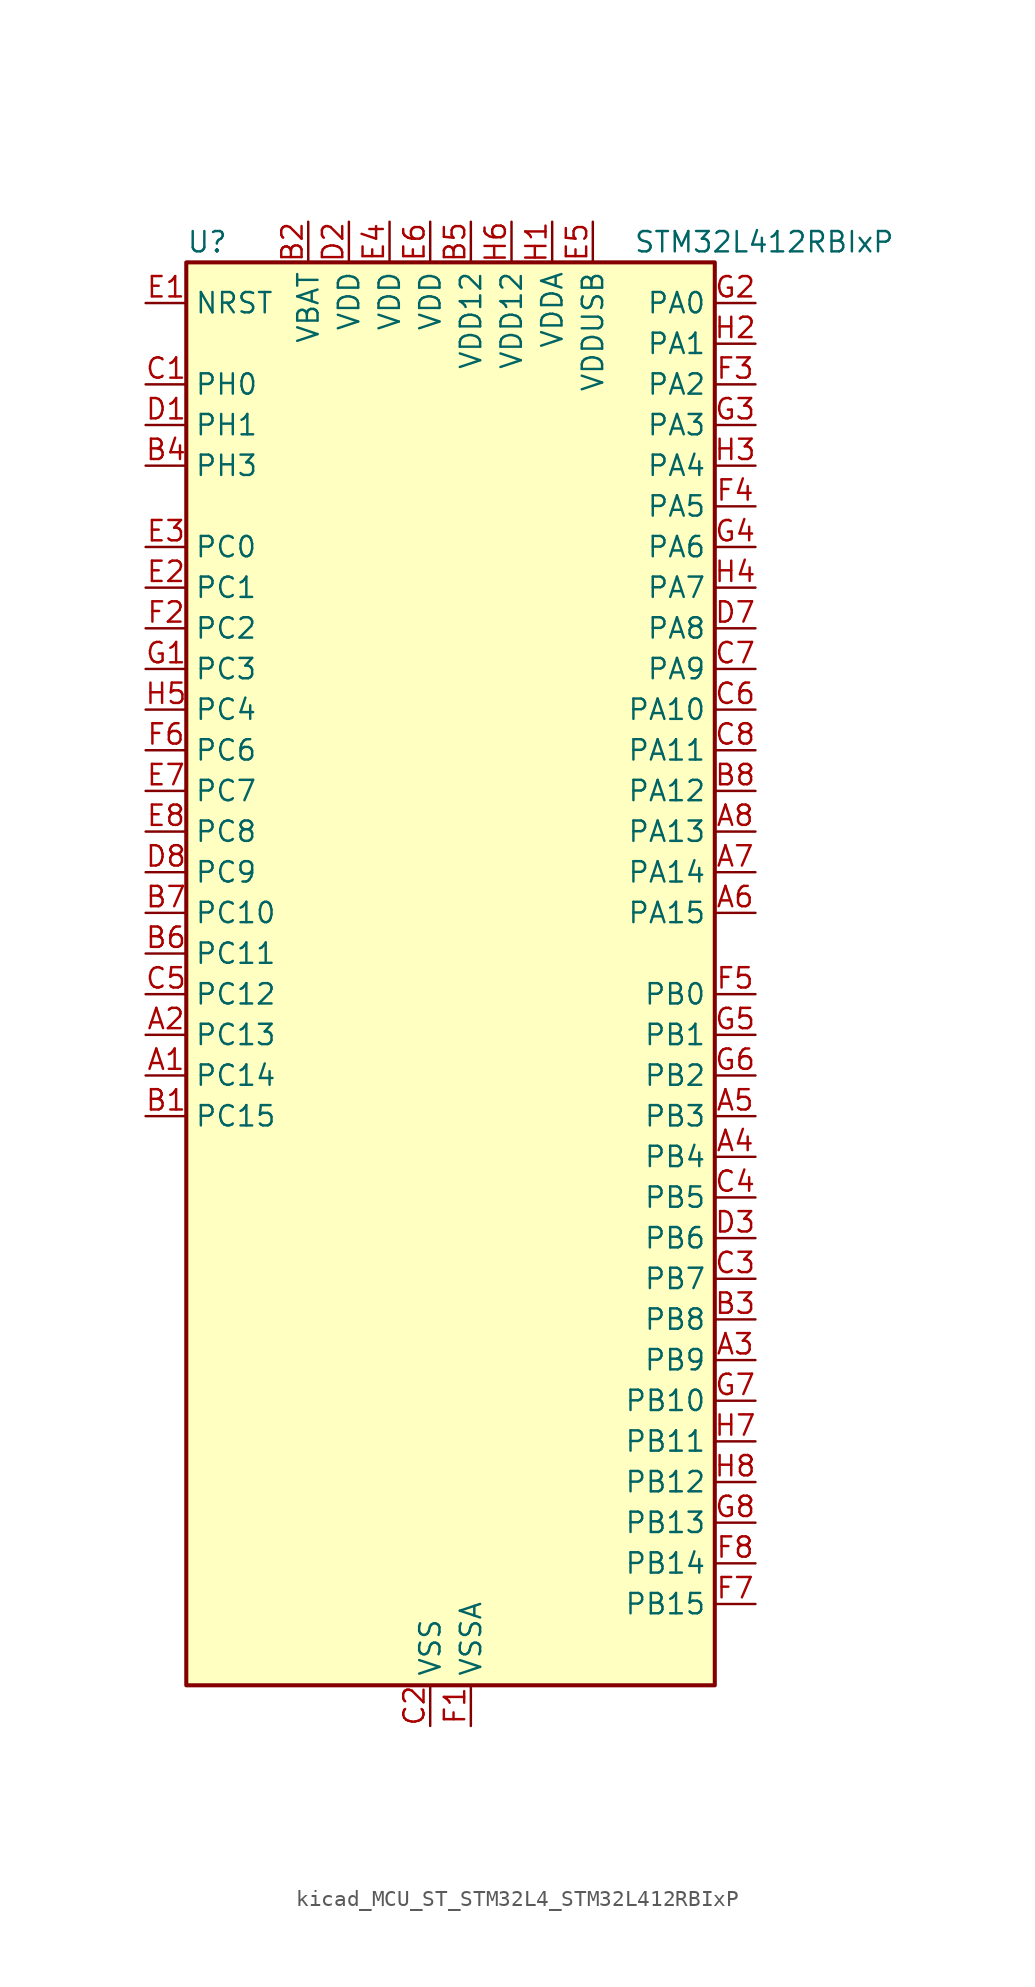
<source format=kicad_sym>
(kicad_symbol_lib
  (version 20220914)
  (generator kicad_symbol_editor)
  (symbol "kicad_MCU_ST_STM32L4_STM32L412RBIxP"
    (property "Reference" "U"
      (at -15.24 46.99 0)
      (effects (font (size 1.27 1.27)) (justify left)))
    (property "Value" "STM32L412RBIxP"
      (at 12.7 46.99 0)
      (effects (font (size 1.27 1.27)) (justify left)))
    (property "ki_locked" ""
      (at 0 0 0)
      (effects (font (size 1.27 1.27))))
    (symbol "kicad_MCU_ST_STM32L4_STM32L412RBIxP_0_1"
      (rectangle (start -15.24 -43.18) (end 17.78 45.72) (stroke (width 0.254) (type default)) (fill (type background))))
    (symbol "kicad_MCU_ST_STM32L4_STM32L412RBIxP_1_1"
      (pin bidirectional line (at -17.78 -5.08 0) (length 2.54) (name "PC14" (effects (font (size 1.27 1.27)))) (number "A1" (effects (font (size 1.27 1.27)))) (alternate "RCC_OSC32_IN" bidirectional line))
      (pin bidirectional line (at -17.78 -2.54 0) (length 2.54) (name "PC13" (effects (font (size 1.27 1.27)))) (number "A2" (effects (font (size 1.27 1.27)))) (alternate "RTC_OUT_ALARM" bidirectional line) (alternate "RTC_OUT_CALIB" bidirectional line) (alternate "RTC_TAMP1" bidirectional line) (alternate "RTC_TS" bidirectional line) (alternate "SYS_WKUP2" bidirectional line))
      (pin bidirectional line (at 20.32 -22.86 180) (length 2.54) (name "PB9" (effects (font (size 1.27 1.27)))) (number "A3" (effects (font (size 1.27 1.27)))) (alternate "I2C1_SDA" bidirectional line) (alternate "IR_OUT" bidirectional line) (alternate "SPI2_NSS" bidirectional line))
      (pin bidirectional line (at 20.32 -10.16 180) (length 2.54) (name "PB4" (effects (font (size 1.27 1.27)))) (number "A4" (effects (font (size 1.27 1.27)))) (alternate "I2C3_SDA" bidirectional line) (alternate "SPI1_MISO" bidirectional line) (alternate "SYS_JTRST" bidirectional line) (alternate "TSC_G2_IO1" bidirectional line) (alternate "USART1_CTS" bidirectional line))
      (pin bidirectional line (at 20.32 -7.62 180) (length 2.54) (name "PB3" (effects (font (size 1.27 1.27)))) (number "A5" (effects (font (size 1.27 1.27)))) (alternate "SPI1_SCK" bidirectional line) (alternate "SYS_JTDO-SWO" bidirectional line) (alternate "TIM2_CH2" bidirectional line) (alternate "USART1_DE" bidirectional line) (alternate "USART1_RTS" bidirectional line))
      (pin bidirectional line (at 20.32 5.08 180) (length 2.54) (name "PA15" (effects (font (size 1.27 1.27)))) (number "A6" (effects (font (size 1.27 1.27)))) (alternate "ADC1_EXTI15" bidirectional line) (alternate "ADC2_EXTI15" bidirectional line) (alternate "SPI1_NSS" bidirectional line) (alternate "SYS_JTDI" bidirectional line) (alternate "TIM2_CH1" bidirectional line) (alternate "TIM2_ETR" bidirectional line) (alternate "TSC_G3_IO1" bidirectional line) (alternate "USART2_RX" bidirectional line) (alternate "USART3_DE" bidirectional line) (alternate "USART3_RTS" bidirectional line))
      (pin bidirectional line (at 20.32 7.62 180) (length 2.54) (name "PA14" (effects (font (size 1.27 1.27)))) (number "A7" (effects (font (size 1.27 1.27)))) (alternate "I2C1_SMBA" bidirectional line) (alternate "LPTIM1_OUT" bidirectional line) (alternate "SYS_JTCK-SWCLK" bidirectional line))
      (pin bidirectional line (at 20.32 10.16 180) (length 2.54) (name "PA13" (effects (font (size 1.27 1.27)))) (number "A8" (effects (font (size 1.27 1.27)))) (alternate "IR_OUT" bidirectional line) (alternate "SYS_JTMS-SWDIO" bidirectional line) (alternate "USB_NOE" bidirectional line))
      (pin bidirectional line (at -17.78 -7.62 0) (length 2.54) (name "PC15" (effects (font (size 1.27 1.27)))) (number "B1" (effects (font (size 1.27 1.27)))) (alternate "ADC1_EXTI15" bidirectional line) (alternate "ADC2_EXTI15" bidirectional line) (alternate "RCC_OSC32_OUT" bidirectional line))
      (pin power_in line (at -7.62 48.26 270) (length 2.54) (name "VBAT" (effects (font (size 1.27 1.27)))) (number "B2" (effects (font (size 1.27 1.27)))))
      (pin bidirectional line (at 20.32 -20.32 180) (length 2.54) (name "PB8" (effects (font (size 1.27 1.27)))) (number "B3" (effects (font (size 1.27 1.27)))) (alternate "I2C1_SCL" bidirectional line) (alternate "TIM16_CH1" bidirectional line))
      (pin bidirectional line (at -17.78 33.02 0) (length 2.54) (name "PH3" (effects (font (size 1.27 1.27)))) (number "B4" (effects (font (size 1.27 1.27)))))
      (pin power_in line (at 2.54 48.26 270) (length 2.54) (name "VDD12" (effects (font (size 1.27 1.27)))) (number "B5" (effects (font (size 1.27 1.27)))))
      (pin bidirectional line (at -17.78 2.54 0) (length 2.54) (name "PC11" (effects (font (size 1.27 1.27)))) (number "B6" (effects (font (size 1.27 1.27)))) (alternate "ADC1_EXTI11" bidirectional line) (alternate "ADC2_EXTI11" bidirectional line) (alternate "TSC_G3_IO3" bidirectional line) (alternate "USART3_RX" bidirectional line))
      (pin bidirectional line (at -17.78 5.08 0) (length 2.54) (name "PC10" (effects (font (size 1.27 1.27)))) (number "B7" (effects (font (size 1.27 1.27)))) (alternate "SYS_TRACED1" bidirectional line) (alternate "TSC_G3_IO2" bidirectional line) (alternate "USART3_TX" bidirectional line))
      (pin bidirectional line (at 20.32 12.7 180) (length 2.54) (name "PA12" (effects (font (size 1.27 1.27)))) (number "B8" (effects (font (size 1.27 1.27)))) (alternate "SPI1_MOSI" bidirectional line) (alternate "TIM1_ETR" bidirectional line) (alternate "USART1_DE" bidirectional line) (alternate "USART1_RTS" bidirectional line) (alternate "USB_DP" bidirectional line))
      (pin bidirectional line (at -17.78 38.1 0) (length 2.54) (name "PH0" (effects (font (size 1.27 1.27)))) (number "C1" (effects (font (size 1.27 1.27)))) (alternate "RCC_OSC_IN" bidirectional line))
      (pin power_in line (at 0 -45.72 90) (length 2.54) (name "VSS" (effects (font (size 1.27 1.27)))) (number "C2" (effects (font (size 1.27 1.27)))))
      (pin bidirectional line (at 20.32 -17.78 180) (length 2.54) (name "PB7" (effects (font (size 1.27 1.27)))) (number "C3" (effects (font (size 1.27 1.27)))) (alternate "I2C1_SDA" bidirectional line) (alternate "LPTIM1_IN2" bidirectional line) (alternate "SYS_PVD_IN" bidirectional line) (alternate "SYS_TRACECLK" bidirectional line) (alternate "TSC_G2_IO4" bidirectional line) (alternate "USART1_RX" bidirectional line))
      (pin bidirectional line (at 20.32 -12.7 180) (length 2.54) (name "PB5" (effects (font (size 1.27 1.27)))) (number "C4" (effects (font (size 1.27 1.27)))) (alternate "I2C1_SMBA" bidirectional line) (alternate "LPTIM1_IN1" bidirectional line) (alternate "SPI1_MOSI" bidirectional line) (alternate "SYS_TRACED2" bidirectional line) (alternate "TIM16_BKIN" bidirectional line) (alternate "TSC_G2_IO2" bidirectional line) (alternate "USART1_CK" bidirectional line))
      (pin bidirectional line (at -17.78 0 0) (length 2.54) (name "PC12" (effects (font (size 1.27 1.27)))) (number "C5" (effects (font (size 1.27 1.27)))) (alternate "SYS_TRACED3" bidirectional line) (alternate "TSC_G3_IO4" bidirectional line) (alternate "USART3_CK" bidirectional line))
      (pin bidirectional line (at 20.32 17.78 180) (length 2.54) (name "PA10" (effects (font (size 1.27 1.27)))) (number "C6" (effects (font (size 1.27 1.27)))) (alternate "CRS_SYNC" bidirectional line) (alternate "I2C1_SDA" bidirectional line) (alternate "TIM1_CH3" bidirectional line) (alternate "USART1_RX" bidirectional line))
      (pin bidirectional line (at 20.32 20.32 180) (length 2.54) (name "PA9" (effects (font (size 1.27 1.27)))) (number "C7" (effects (font (size 1.27 1.27)))) (alternate "I2C1_SCL" bidirectional line) (alternate "TIM15_BKIN" bidirectional line) (alternate "TIM1_CH2" bidirectional line) (alternate "USART1_TX" bidirectional line))
      (pin bidirectional line (at 20.32 15.24 180) (length 2.54) (name "PA11" (effects (font (size 1.27 1.27)))) (number "C8" (effects (font (size 1.27 1.27)))) (alternate "ADC1_EXTI11" bidirectional line) (alternate "ADC2_EXTI11" bidirectional line) (alternate "COMP1_OUT" bidirectional line) (alternate "SPI1_MISO" bidirectional line) (alternate "TIM1_BKIN2" bidirectional line) (alternate "TIM1_BKIN2_COMP1" bidirectional line) (alternate "TIM1_CH4" bidirectional line) (alternate "USART1_CTS" bidirectional line) (alternate "USB_DM" bidirectional line))
      (pin bidirectional line (at -17.78 35.56 0) (length 2.54) (name "PH1" (effects (font (size 1.27 1.27)))) (number "D1" (effects (font (size 1.27 1.27)))) (alternate "RCC_OSC_OUT" bidirectional line))
      (pin power_in line (at -5.08 48.26 270) (length 2.54) (name "VDD" (effects (font (size 1.27 1.27)))) (number "D2" (effects (font (size 1.27 1.27)))))
      (pin bidirectional line (at 20.32 -15.24 180) (length 2.54) (name "PB6" (effects (font (size 1.27 1.27)))) (number "D3" (effects (font (size 1.27 1.27)))) (alternate "I2C1_SCL" bidirectional line) (alternate "LPTIM1_ETR" bidirectional line) (alternate "SYS_TRACED3" bidirectional line) (alternate "TIM16_CH1N" bidirectional line) (alternate "TSC_G2_IO3" bidirectional line) (alternate "USART1_TX" bidirectional line))
      (pin passive line (at 0 -45.72 90) (length 2.54) hide (name "VSS" (effects (font (size 1.27 1.27)))) (number "D4" (effects (font (size 1.27 1.27)))))
      (pin passive line (at 0 -45.72 90) (length 2.54) hide (name "VSS" (effects (font (size 1.27 1.27)))) (number "D5" (effects (font (size 1.27 1.27)))))
      (pin passive line (at 0 -45.72 90) (length 2.54) hide (name "VSS" (effects (font (size 1.27 1.27)))) (number "D6" (effects (font (size 1.27 1.27)))))
      (pin bidirectional line (at 20.32 22.86 180) (length 2.54) (name "PA8" (effects (font (size 1.27 1.27)))) (number "D7" (effects (font (size 1.27 1.27)))) (alternate "LPTIM2_OUT" bidirectional line) (alternate "RCC_MCO" bidirectional line) (alternate "TIM1_CH1" bidirectional line) (alternate "USART1_CK" bidirectional line))
      (pin bidirectional line (at -17.78 7.62 0) (length 2.54) (name "PC9" (effects (font (size 1.27 1.27)))) (number "D8" (effects (font (size 1.27 1.27)))) (alternate "TSC_G4_IO4" bidirectional line) (alternate "USB_NOE" bidirectional line))
      (pin input line (at -17.78 43.18 0) (length 2.54) (name "NRST" (effects (font (size 1.27 1.27)))) (number "E1" (effects (font (size 1.27 1.27)))))
      (pin bidirectional line (at -17.78 25.4 0) (length 2.54) (name "PC1" (effects (font (size 1.27 1.27)))) (number "E2" (effects (font (size 1.27 1.27)))) (alternate "ADC1_IN2" bidirectional line) (alternate "ADC2_IN2" bidirectional line) (alternate "I2C3_SDA" bidirectional line) (alternate "LPTIM1_OUT" bidirectional line) (alternate "LPUART1_TX" bidirectional line) (alternate "SYS_TRACED0" bidirectional line))
      (pin bidirectional line (at -17.78 27.94 0) (length 2.54) (name "PC0" (effects (font (size 1.27 1.27)))) (number "E3" (effects (font (size 1.27 1.27)))) (alternate "ADC1_IN1" bidirectional line) (alternate "ADC2_IN1" bidirectional line) (alternate "I2C3_SCL" bidirectional line) (alternate "LPTIM1_IN1" bidirectional line) (alternate "LPTIM2_IN1" bidirectional line) (alternate "LPUART1_RX" bidirectional line) (alternate "SYS_TRACECLK" bidirectional line))
      (pin power_in line (at -2.54 48.26 270) (length 2.54) (name "VDD" (effects (font (size 1.27 1.27)))) (number "E4" (effects (font (size 1.27 1.27)))))
      (pin power_in line (at 10.16 48.26 270) (length 2.54) (name "VDDUSB" (effects (font (size 1.27 1.27)))) (number "E5" (effects (font (size 1.27 1.27)))))
      (pin power_in line (at 0 48.26 270) (length 2.54) (name "VDD" (effects (font (size 1.27 1.27)))) (number "E6" (effects (font (size 1.27 1.27)))))
      (pin bidirectional line (at -17.78 12.7 0) (length 2.54) (name "PC7" (effects (font (size 1.27 1.27)))) (number "E7" (effects (font (size 1.27 1.27)))) (alternate "TSC_G4_IO2" bidirectional line))
      (pin bidirectional line (at -17.78 10.16 0) (length 2.54) (name "PC8" (effects (font (size 1.27 1.27)))) (number "E8" (effects (font (size 1.27 1.27)))) (alternate "TSC_G4_IO3" bidirectional line))
      (pin power_in line (at 2.54 -45.72 90) (length 2.54) (name "VSSA" (effects (font (size 1.27 1.27)))) (number "F1" (effects (font (size 1.27 1.27)))))
      (pin bidirectional line (at -17.78 22.86 0) (length 2.54) (name "PC2" (effects (font (size 1.27 1.27)))) (number "F2" (effects (font (size 1.27 1.27)))) (alternate "ADC1_IN3" bidirectional line) (alternate "ADC2_IN3" bidirectional line) (alternate "LPTIM1_IN2" bidirectional line) (alternate "SPI2_MISO" bidirectional line))
      (pin bidirectional line (at 20.32 38.1 180) (length 2.54) (name "PA2" (effects (font (size 1.27 1.27)))) (number "F3" (effects (font (size 1.27 1.27)))) (alternate "ADC1_IN7" bidirectional line) (alternate "ADC2_IN7" bidirectional line) (alternate "LPUART1_TX" bidirectional line) (alternate "QUADSPI_BK1_NCS" bidirectional line) (alternate "RCC_LSCO" bidirectional line) (alternate "SYS_WKUP4" bidirectional line) (alternate "TIM15_CH1" bidirectional line) (alternate "TIM2_CH3" bidirectional line) (alternate "USART2_TX" bidirectional line))
      (pin bidirectional line (at 20.32 30.48 180) (length 2.54) (name "PA5" (effects (font (size 1.27 1.27)))) (number "F4" (effects (font (size 1.27 1.27)))) (alternate "ADC1_IN10" bidirectional line) (alternate "ADC2_IN10" bidirectional line) (alternate "COMP1_INM" bidirectional line) (alternate "LPTIM2_ETR" bidirectional line) (alternate "SPI1_SCK" bidirectional line) (alternate "TIM2_CH1" bidirectional line) (alternate "TIM2_ETR" bidirectional line))
      (pin bidirectional line (at 20.32 0 180) (length 2.54) (name "PB0" (effects (font (size 1.27 1.27)))) (number "F5" (effects (font (size 1.27 1.27)))) (alternate "ADC1_IN15" bidirectional line) (alternate "ADC2_IN15" bidirectional line) (alternate "COMP1_OUT" bidirectional line) (alternate "QUADSPI_BK1_IO1" bidirectional line) (alternate "SPI1_NSS" bidirectional line) (alternate "SYS_TRACED0" bidirectional line) (alternate "TIM1_CH2N" bidirectional line) (alternate "USART3_CK" bidirectional line))
      (pin bidirectional line (at -17.78 15.24 0) (length 2.54) (name "PC6" (effects (font (size 1.27 1.27)))) (number "F6" (effects (font (size 1.27 1.27)))) (alternate "TSC_G4_IO1" bidirectional line))
      (pin bidirectional line (at 20.32 -38.1 180) (length 2.54) (name "PB15" (effects (font (size 1.27 1.27)))) (number "F7" (effects (font (size 1.27 1.27)))) (alternate "ADC1_EXTI15" bidirectional line) (alternate "ADC2_EXTI15" bidirectional line) (alternate "RTC_REFIN" bidirectional line) (alternate "SPI2_MOSI" bidirectional line) (alternate "TIM15_CH2" bidirectional line) (alternate "TIM1_CH3N" bidirectional line) (alternate "TSC_G1_IO4" bidirectional line))
      (pin bidirectional line (at 20.32 -35.56 180) (length 2.54) (name "PB14" (effects (font (size 1.27 1.27)))) (number "F8" (effects (font (size 1.27 1.27)))) (alternate "I2C2_SDA" bidirectional line) (alternate "SPI2_MISO" bidirectional line) (alternate "TIM15_CH1" bidirectional line) (alternate "TIM1_CH2N" bidirectional line) (alternate "TSC_G1_IO3" bidirectional line) (alternate "USART3_DE" bidirectional line) (alternate "USART3_RTS" bidirectional line))
      (pin bidirectional line (at -17.78 20.32 0) (length 2.54) (name "PC3" (effects (font (size 1.27 1.27)))) (number "G1" (effects (font (size 1.27 1.27)))) (alternate "ADC1_IN4" bidirectional line) (alternate "ADC2_IN4" bidirectional line) (alternate "LPTIM1_ETR" bidirectional line) (alternate "LPTIM2_ETR" bidirectional line) (alternate "SPI2_MOSI" bidirectional line))
      (pin bidirectional line (at 20.32 43.18 180) (length 2.54) (name "PA0" (effects (font (size 1.27 1.27)))) (number "G2" (effects (font (size 1.27 1.27)))) (alternate "ADC1_IN5" bidirectional line) (alternate "COMP1_INM" bidirectional line) (alternate "COMP1_OUT" bidirectional line) (alternate "OPAMP1_VINP" bidirectional line) (alternate "RTC_TAMP2" bidirectional line) (alternate "SYS_WKUP1" bidirectional line) (alternate "TIM2_CH1" bidirectional line) (alternate "TIM2_ETR" bidirectional line) (alternate "USART2_CTS" bidirectional line))
      (pin bidirectional line (at 20.32 35.56 180) (length 2.54) (name "PA3" (effects (font (size 1.27 1.27)))) (number "G3" (effects (font (size 1.27 1.27)))) (alternate "ADC1_IN8" bidirectional line) (alternate "ADC2_IN8" bidirectional line) (alternate "LPUART1_RX" bidirectional line) (alternate "OPAMP1_VOUT" bidirectional line) (alternate "QUADSPI_CLK" bidirectional line) (alternate "TIM15_CH2" bidirectional line) (alternate "TIM2_CH4" bidirectional line) (alternate "USART2_RX" bidirectional line))
      (pin bidirectional line (at 20.32 27.94 180) (length 2.54) (name "PA6" (effects (font (size 1.27 1.27)))) (number "G4" (effects (font (size 1.27 1.27)))) (alternate "ADC1_IN11" bidirectional line) (alternate "ADC2_IN11" bidirectional line) (alternate "COMP1_OUT" bidirectional line) (alternate "LPUART1_CTS" bidirectional line) (alternate "QUADSPI_BK1_IO3" bidirectional line) (alternate "SPI1_MISO" bidirectional line) (alternate "TIM16_CH1" bidirectional line) (alternate "TIM1_BKIN" bidirectional line) (alternate "USART3_CTS" bidirectional line))
      (pin bidirectional line (at 20.32 -2.54 180) (length 2.54) (name "PB1" (effects (font (size 1.27 1.27)))) (number "G5" (effects (font (size 1.27 1.27)))) (alternate "ADC1_IN16" bidirectional line) (alternate "ADC2_IN16" bidirectional line) (alternate "COMP1_INM" bidirectional line) (alternate "LPTIM2_IN1" bidirectional line) (alternate "LPUART1_DE" bidirectional line) (alternate "LPUART1_RTS" bidirectional line) (alternate "QUADSPI_BK1_IO0" bidirectional line) (alternate "SYS_TRACED1" bidirectional line) (alternate "TIM1_CH3N" bidirectional line) (alternate "USART3_DE" bidirectional line) (alternate "USART3_RTS" bidirectional line))
      (pin bidirectional line (at 20.32 -5.08 180) (length 2.54) (name "PB2" (effects (font (size 1.27 1.27)))) (number "G6" (effects (font (size 1.27 1.27)))) (alternate "COMP1_INP" bidirectional line) (alternate "I2C3_SMBA" bidirectional line) (alternate "LPTIM1_OUT" bidirectional line) (alternate "RTC_OUT_ALARM" bidirectional line) (alternate "RTC_OUT_CALIB" bidirectional line))
      (pin bidirectional line (at 20.32 -25.4 180) (length 2.54) (name "PB10" (effects (font (size 1.27 1.27)))) (number "G7" (effects (font (size 1.27 1.27)))) (alternate "COMP1_OUT" bidirectional line) (alternate "I2C2_SCL" bidirectional line) (alternate "LPUART1_RX" bidirectional line) (alternate "QUADSPI_CLK" bidirectional line) (alternate "SPI2_SCK" bidirectional line) (alternate "TIM2_CH3" bidirectional line) (alternate "TSC_SYNC" bidirectional line) (alternate "USART3_TX" bidirectional line))
      (pin bidirectional line (at 20.32 -33.02 180) (length 2.54) (name "PB13" (effects (font (size 1.27 1.27)))) (number "G8" (effects (font (size 1.27 1.27)))) (alternate "I2C2_SCL" bidirectional line) (alternate "LPUART1_CTS" bidirectional line) (alternate "SPI2_SCK" bidirectional line) (alternate "TIM15_CH1N" bidirectional line) (alternate "TIM1_CH1N" bidirectional line) (alternate "TSC_G1_IO2" bidirectional line) (alternate "USART3_CTS" bidirectional line))
      (pin power_in line (at 7.62 48.26 270) (length 2.54) (name "VDDA" (effects (font (size 1.27 1.27)))) (number "H1" (effects (font (size 1.27 1.27)))))
      (pin bidirectional line (at 20.32 40.64 180) (length 2.54) (name "PA1" (effects (font (size 1.27 1.27)))) (number "H2" (effects (font (size 1.27 1.27)))) (alternate "ADC1_IN6" bidirectional line) (alternate "COMP1_INP" bidirectional line) (alternate "I2C1_SMBA" bidirectional line) (alternate "OPAMP1_VINM" bidirectional line) (alternate "SPI1_SCK" bidirectional line) (alternate "TIM15_CH1N" bidirectional line) (alternate "TIM2_CH2" bidirectional line) (alternate "USART2_DE" bidirectional line) (alternate "USART2_RTS" bidirectional line))
      (pin bidirectional line (at 20.32 33.02 180) (length 2.54) (name "PA4" (effects (font (size 1.27 1.27)))) (number "H3" (effects (font (size 1.27 1.27)))) (alternate "ADC1_IN9" bidirectional line) (alternate "ADC2_IN9" bidirectional line) (alternate "COMP1_INM" bidirectional line) (alternate "LPTIM2_OUT" bidirectional line) (alternate "SPI1_NSS" bidirectional line) (alternate "USART2_CK" bidirectional line))
      (pin bidirectional line (at 20.32 25.4 180) (length 2.54) (name "PA7" (effects (font (size 1.27 1.27)))) (number "H4" (effects (font (size 1.27 1.27)))) (alternate "ADC1_IN12" bidirectional line) (alternate "ADC2_IN12" bidirectional line) (alternate "I2C3_SCL" bidirectional line) (alternate "QUADSPI_BK1_IO2" bidirectional line) (alternate "SPI1_MOSI" bidirectional line) (alternate "TIM1_CH1N" bidirectional line))
      (pin bidirectional line (at -17.78 17.78 0) (length 2.54) (name "PC4" (effects (font (size 1.27 1.27)))) (number "H5" (effects (font (size 1.27 1.27)))) (alternate "ADC1_IN13" bidirectional line) (alternate "ADC2_IN13" bidirectional line) (alternate "COMP1_INM" bidirectional line) (alternate "USART3_TX" bidirectional line))
      (pin power_in line (at 5.08 48.26 270) (length 2.54) (name "VDD12" (effects (font (size 1.27 1.27)))) (number "H6" (effects (font (size 1.27 1.27)))))
      (pin bidirectional line (at 20.32 -27.94 180) (length 2.54) (name "PB11" (effects (font (size 1.27 1.27)))) (number "H7" (effects (font (size 1.27 1.27)))) (alternate "ADC1_EXTI11" bidirectional line) (alternate "ADC2_EXTI11" bidirectional line) (alternate "I2C2_SDA" bidirectional line) (alternate "LPUART1_TX" bidirectional line) (alternate "QUADSPI_BK1_NCS" bidirectional line) (alternate "TIM2_CH4" bidirectional line) (alternate "USART3_RX" bidirectional line))
      (pin bidirectional line (at 20.32 -30.48 180) (length 2.54) (name "PB12" (effects (font (size 1.27 1.27)))) (number "H8" (effects (font (size 1.27 1.27)))) (alternate "I2C2_SMBA" bidirectional line) (alternate "LPUART1_DE" bidirectional line) (alternate "LPUART1_RTS" bidirectional line) (alternate "SPI2_NSS" bidirectional line) (alternate "TIM15_BKIN" bidirectional line) (alternate "TIM1_BKIN" bidirectional line) (alternate "TSC_G1_IO1" bidirectional line) (alternate "USART3_CK" bidirectional line)))))
</source>
